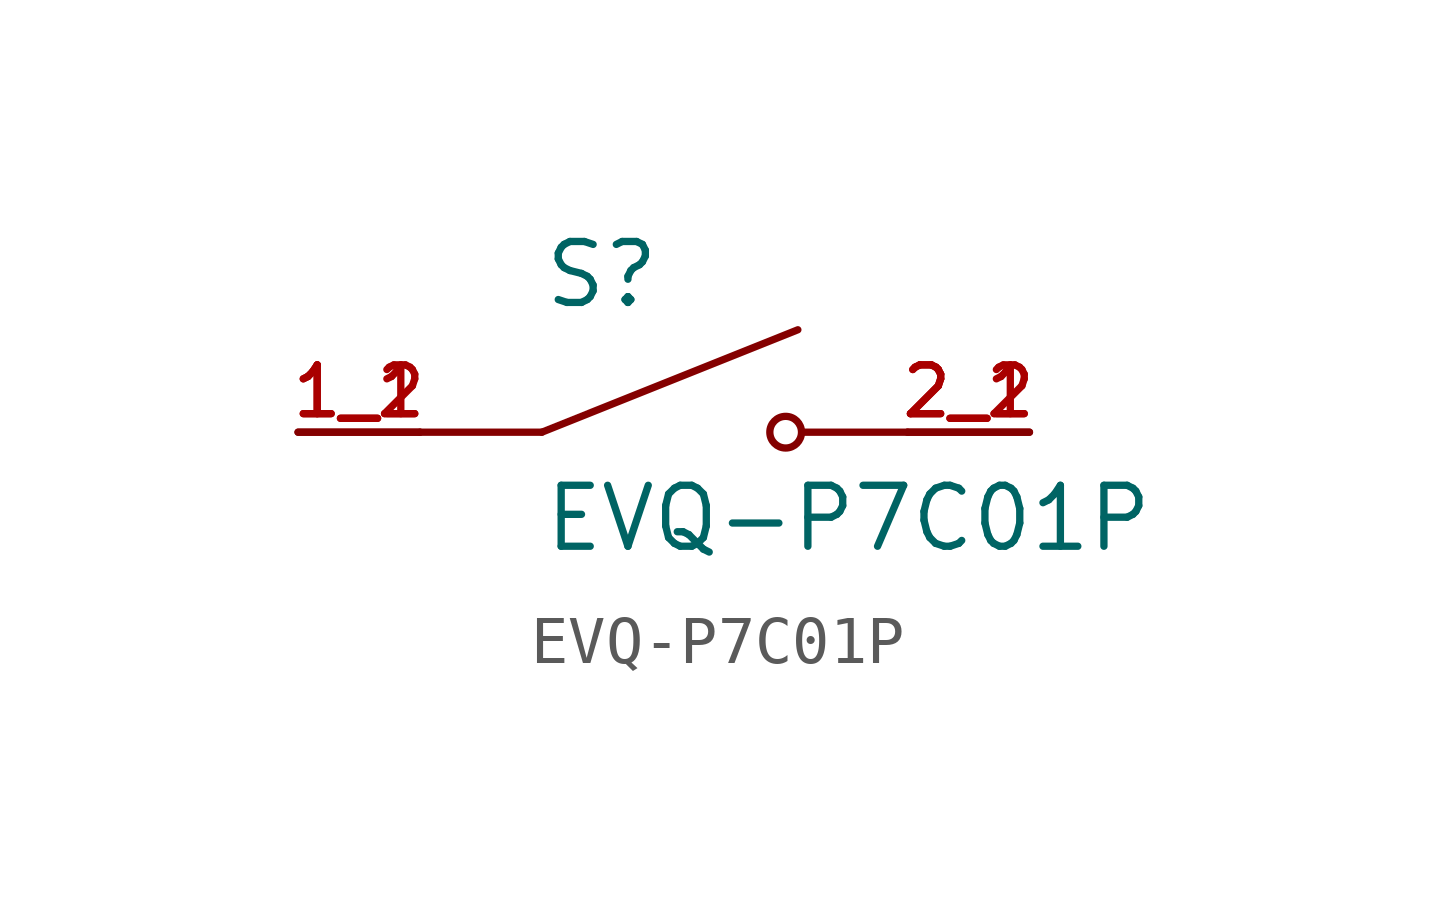
<source format=kicad_sym>
(kicad_symbol_lib
  (version 20211014)
  (generator kicad_symbol_editor)
  (symbol "EVQ-P7C01P"
    (pin_names
      (offset 1.016))
    (property "Reference" "S"
      (at -2.54 2.54 0)
      (effects (font (size 1.27 1.27)) (justify bottom left)))
    (property "Value" "EVQ-P7C01P"
      (at -2.54 -2.54 0)
      (effects (font (size 1.27 1.27)) (justify bottom left)))
    (symbol "EVQ-P7C01P_0_0"
      (polyline (pts (xy -2.54 0.0) (xy 2.794 2.134)) (stroke (width 0.152)))
      (circle (center 2.54 0.0) (radius 0.33) (stroke (width 0.152)) (fill (type none)))
      (polyline (pts (xy 5.08 0.0) (xy 2.921 0.0)) (stroke (width 0.152)))
      (polyline (pts (xy -2.54 0.0) (xy -5.08 0.0)) (stroke (width 0.152)))
      (pin passive line (at -7.62 0.0 0) (length 2.54) (name "~" (effects (font (size 1.016 1.016)))) (number "1_1" (effects (font (size 1.016 1.016)))))
      (pin passive line (at -7.62 0.0 0) (length 2.54) (name "~" (effects (font (size 1.016 1.016)))) (number "1_2" (effects (font (size 1.016 1.016)))))
      (pin passive line (at 7.62 0.0 180.0) (length 2.54) (name "~" (effects (font (size 1.016 1.016)))) (number "2_1" (effects (font (size 1.016 1.016)))))
      (pin passive line (at 7.62 0.0 180.0) (length 2.54) (name "~" (effects (font (size 1.016 1.016)))) (number "2_2" (effects (font (size 1.016 1.016))))))))
</source>
